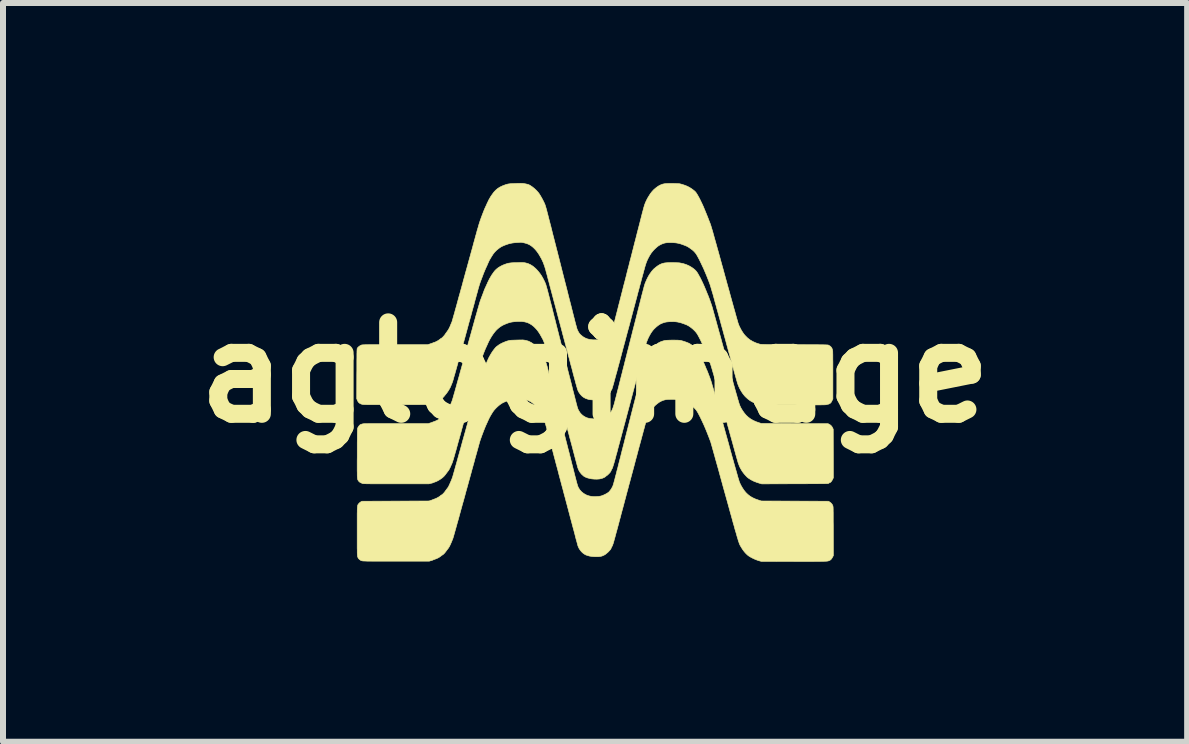
<source format=kicad_pcb>
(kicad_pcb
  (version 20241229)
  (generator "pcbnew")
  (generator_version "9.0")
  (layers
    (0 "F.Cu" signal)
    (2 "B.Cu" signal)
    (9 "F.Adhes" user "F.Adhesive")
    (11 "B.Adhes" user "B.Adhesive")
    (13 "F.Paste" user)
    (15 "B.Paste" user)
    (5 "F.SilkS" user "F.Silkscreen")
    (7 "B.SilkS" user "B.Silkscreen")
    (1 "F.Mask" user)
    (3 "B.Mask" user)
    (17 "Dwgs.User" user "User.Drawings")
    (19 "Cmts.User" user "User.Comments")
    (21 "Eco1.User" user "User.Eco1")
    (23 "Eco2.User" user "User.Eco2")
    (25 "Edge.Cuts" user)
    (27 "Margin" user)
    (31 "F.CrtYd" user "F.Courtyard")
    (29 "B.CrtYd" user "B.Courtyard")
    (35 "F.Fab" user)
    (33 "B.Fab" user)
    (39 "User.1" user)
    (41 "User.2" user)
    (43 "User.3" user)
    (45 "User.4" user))
  (footprint "aglogimage"
    (layer "F.Cu")
    (at 6.865 3.156)
    (property "Reference" "aglogimage" (at 0 0 0) (layer "F.SilkS") (effects (font (size 1.524 1.524) (thickness 0.3))))
    (attr through_hole)
    (fp_poly (pts (xy -1.218 -1.831) (xy -1.203 -1.831) (xy -1.19 -1.83) (xy -1.178 -1.829) (xy -1.167 -1.827) (xy -1.157 -1.825) (xy -1.116 -1.814) (xy -1.075 -1.795) (xy -1.035 -1.77) (xy -0.996 -1.737) (xy -0.976 -1.718) (xy -0.946 -1.684) (xy -0.918 -1.649) (xy -0.892 -1.611) (xy -0.868 -1.569) (xy -0.844 -1.522) (xy -0.837 -1.507) (xy -0.834 -1.5) (xy -0.831 -1.493) (xy -0.828 -1.486) (xy -0.825 -1.478) (xy -0.822 -1.47) (xy -0.818 -1.46) (xy -0.815 -1.448) (xy -0.811 -1.434) (xy -0.806 -1.418) (xy -0.801 -1.398) (xy -0.794 -1.375) (xy -0.787 -1.348) (xy -0.779 -1.317) (xy -0.77 -1.281) (xy -0.759 -1.24) (xy -0.748 -1.194) (xy -0.734 -1.142) (xy -0.719 -1.084) (xy -0.703 -1.019) (xy -0.697 -0.995) (xy -0.682 -0.935) (xy -0.666 -0.874) (xy -0.651 -0.813) (xy -0.636 -0.754) (xy -0.621 -0.696) (xy -0.607 -0.641) (xy -0.594 -0.588) (xy -0.581 -0.54) (xy -0.57 -0.495) (xy -0.56 -0.456) (xy -0.551 -0.421) (xy -0.544 -0.394) (xy -0.54 -0.379) (xy -0.531 -0.342) (xy -0.52 -0.3) (xy -0.508 -0.254) (xy -0.496 -0.205) (xy -0.484 -0.156) (xy -0.471 -0.108) (xy -0.46 -0.062) (xy -0.454 -0.039) (xy -0.434 0.04) (xy -0.415 0.113) (xy -0.398 0.179) (xy -0.383 0.239) (xy -0.37 0.293) (xy -0.357 0.341) (xy -0.346 0.384) (xy -0.336 0.422) (xy -0.328 0.456) (xy -0.32 0.485) (xy -0.314 0.51) (xy -0.308 0.532) (xy -0.303 0.55) (xy -0.299 0.566) (xy -0.295 0.579) (xy -0.292 0.589) (xy -0.289 0.598) (xy -0.287 0.605) (xy -0.284 0.61) (xy -0.282 0.615) (xy -0.281 0.619) (xy -0.279 0.623) (xy -0.277 0.627) (xy -0.274 0.631) (xy -0.274 0.632) (xy -0.252 0.668) (xy -0.225 0.699) (xy -0.193 0.725) (xy -0.191 0.726) (xy -0.166 0.741) (xy -0.142 0.753) (xy -0.116 0.761) (xy -0.088 0.767) (xy -0.055 0.771) (xy -0.031 0.773) (xy 0.005 0.774) (xy 0.039 0.773) (xy 0.07 0.771) (xy 0.097 0.767) (xy 0.118 0.762) (xy 0.134 0.756) (xy 0.138 0.753) (xy 0.146 0.748) (xy 0.155 0.745) (xy 0.166 0.741) (xy 0.181 0.733) (xy 0.198 0.723) (xy 0.214 0.711) (xy 0.228 0.7) (xy 0.235 0.694) (xy 0.249 0.679) (xy 0.26 0.664) (xy 0.271 0.648) (xy 0.281 0.632) (xy 0.29 0.612) (xy 0.299 0.59) (xy 0.307 0.564) (xy 0.317 0.533) (xy 0.327 0.496) (xy 0.338 0.453) (xy 0.339 0.448) (xy 0.35 0.407) (xy 0.362 0.36) (xy 0.375 0.308) (xy 0.39 0.251) (xy 0.405 0.19) (xy 0.421 0.127) (xy 0.437 0.063) (xy 0.454 -0.002) (xy 0.47 -0.067) (xy 0.487 -0.131) (xy 0.502 -0.193) (xy 0.517 -0.251) (xy 0.531 -0.306) (xy 0.541 -0.347) (xy 0.564 -0.435) (xy 0.584 -0.516) (xy 0.603 -0.59) (xy 0.62 -0.657) (xy 0.635 -0.717) (xy 0.649 -0.77) (xy 0.661 -0.817) (xy 0.671 -0.857) (xy 0.68 -0.891) (xy 0.687 -0.919) (xy 0.692 -0.94) (xy 0.696 -0.956) (xy 0.697 -0.958) (xy 0.7 -0.971) (xy 0.705 -0.989) (xy 0.711 -1.014) (xy 0.718 -1.043) (xy 0.727 -1.077) (xy 0.736 -1.113) (xy 0.746 -1.152) (xy 0.756 -1.193) (xy 0.766 -1.231) (xy 0.778 -1.28) (xy 0.789 -1.322) (xy 0.799 -1.359) (xy 0.807 -1.39) (xy 0.814 -1.417) (xy 0.82 -1.439) (xy 0.826 -1.458) (xy 0.831 -1.475) (xy 0.836 -1.489) (xy 0.841 -1.502) (xy 0.843 -1.506) (xy 0.865 -1.556) (xy 0.889 -1.603) (xy 0.916 -1.646) (xy 0.944 -1.685) (xy 0.972 -1.717) (xy 0.98 -1.725) (xy 1.017 -1.756) (xy 1.051 -1.781) (xy 1.085 -1.801) (xy 1.12 -1.815) (xy 1.157 -1.824) (xy 1.159 -1.824) (xy 1.174 -1.826) (xy 1.196 -1.828) (xy 1.222 -1.829) (xy 1.251 -1.83) (xy 1.282 -1.83) (xy 1.313 -1.83) (xy 1.344 -1.829) (xy 1.372 -1.828) (xy 1.396 -1.827) (xy 1.414 -1.825) (xy 1.418 -1.824) (xy 1.468 -1.814) (xy 1.518 -1.798) (xy 1.566 -1.777) (xy 1.609 -1.752) (xy 1.619 -1.745) (xy 1.644 -1.727) (xy 1.664 -1.71) (xy 1.681 -1.693) (xy 1.696 -1.674) (xy 1.711 -1.652) (xy 1.726 -1.625) (xy 1.751 -1.58) (xy 1.776 -1.53) (xy 1.8 -1.479) (xy 1.822 -1.43) (xy 1.832 -1.406) (xy 1.841 -1.384) (xy 1.852 -1.358) (xy 1.863 -1.331) (xy 1.873 -1.306) (xy 1.875 -1.303) (xy 1.895 -1.252) (xy 1.914 -1.201) (xy 1.932 -1.15) (xy 1.948 -1.102) (xy 1.961 -1.059) (xy 1.962 -1.053) (xy 1.997 -0.927) (xy 2.03 -0.808) (xy 2.061 -0.695) (xy 2.091 -0.589) (xy 2.118 -0.489) (xy 2.144 -0.396) (xy 2.169 -0.308) (xy 2.191 -0.226) (xy 2.212 -0.15) (xy 2.232 -0.079) (xy 2.25 -0.014) (xy 2.267 0.047) (xy 2.283 0.103) (xy 2.297 0.155) (xy 2.31 0.202) (xy 2.322 0.245) (xy 2.333 0.285) (xy 2.343 0.32) (xy 2.352 0.352) (xy 2.361 0.381) (xy 2.368 0.407) (xy 2.375 0.43) (xy 2.38 0.45) (xy 2.386 0.468) (xy 2.39 0.483) (xy 2.394 0.497) (xy 2.398 0.509) (xy 2.401 0.519) (xy 2.404 0.527) (xy 2.406 0.535) (xy 2.409 0.541) (xy 2.411 0.547) (xy 2.413 0.552) (xy 2.415 0.556) (xy 2.417 0.561) (xy 2.419 0.565) (xy 2.42 0.568) (xy 2.425 0.578) (xy 2.432 0.592) (xy 2.442 0.609) (xy 2.453 0.627) (xy 2.457 0.634) (xy 2.487 0.676) (xy 2.519 0.714) (xy 2.554 0.746) (xy 2.593 0.775) (xy 2.637 0.8) (xy 2.687 0.822) (xy 2.739 0.84) (xy 2.77 0.85) (xy 3.883 0.854) (xy 3.902 0.863) (xy 3.926 0.879) (xy 3.945 0.899) (xy 3.959 0.924) (xy 3.96 0.925) (xy 3.969 0.947) (xy 3.97 1.351) (xy 3.971 1.756) (xy 3.958 1.783) (xy 3.945 1.806) (xy 3.932 1.823) (xy 3.919 1.834) (xy 3.912 1.836) (xy 3.903 1.84) (xy 3.898 1.844) (xy 3.892 1.847) (xy 3.882 1.851) (xy 3.881 1.851) (xy 3.876 1.851) (xy 3.864 1.852) (xy 3.845 1.852) (xy 3.82 1.853) (xy 3.789 1.853) (xy 3.753 1.853) (xy 3.712 1.854) (xy 3.666 1.854) (xy 3.616 1.854) (xy 3.563 1.854) (xy 3.507 1.855) (xy 3.448 1.855) (xy 3.386 1.855) (xy 3.323 1.855) (xy 2.778 1.857) (xy 2.743 1.847) (xy 2.69 1.83) (xy 2.64 1.81) (xy 2.594 1.786) (xy 2.554 1.76) (xy 2.553 1.759) (xy 2.534 1.744) (xy 2.514 1.723) (xy 2.493 1.7) (xy 2.472 1.674) (xy 2.454 1.649) (xy 2.448 1.64) (xy 2.431 1.611) (xy 2.417 1.586) (xy 2.406 1.562) (xy 2.396 1.536) (xy 2.388 1.515) (xy 2.387 1.511) (xy 2.386 1.508) (xy 2.384 1.504) (xy 2.383 1.499) (xy 2.381 1.494) (xy 2.38 1.488) (xy 2.377 1.481) (xy 2.375 1.473) (xy 2.372 1.463) (xy 2.369 1.451) (xy 2.365 1.437) (xy 2.36 1.421) (xy 2.355 1.402) (xy 2.349 1.381) (xy 2.342 1.357) (xy 2.335 1.33) (xy 2.326 1.299) (xy 2.317 1.265) (xy 2.306 1.227) (xy 2.295 1.185) (xy 2.282 1.139) (xy 2.268 1.088) (xy 2.252 1.032) (xy 2.236 0.972) (xy 2.217 0.906) (xy 2.198 0.835) (xy 2.177 0.759) (xy 2.154 0.676) (xy 2.129 0.587) (xy 2.103 0.493) (xy 2.075 0.391) (xy 2.045 0.283) (xy 2.014 0.17) (xy 1.998 0.113) (xy 1.984 0.062) (xy 1.971 0.017) (xy 1.959 -0.024) (xy 1.949 -0.059) (xy 1.939 -0.092) (xy 1.93 -0.122) (xy 1.921 -0.149) (xy 1.912 -0.176) (xy 1.902 -0.201) (xy 1.893 -0.227) (xy 1.882 -0.254) (xy 1.871 -0.283) (xy 1.858 -0.314) (xy 1.851 -0.332) (xy 1.828 -0.386) (xy 1.805 -0.439) (xy 1.781 -0.49) (xy 1.758 -0.538) (xy 1.735 -0.583) (xy 1.714 -0.622) (xy 1.706 -0.636) (xy 1.686 -0.665) (xy 1.66 -0.694) (xy 1.63 -0.723) (xy 1.598 -0.749) (xy 1.565 -0.772) (xy 1.532 -0.79) (xy 1.518 -0.796) (xy 1.476 -0.812) (xy 1.438 -0.825) (xy 1.404 -0.834) (xy 1.372 -0.841) (xy 1.339 -0.845) (xy 1.305 -0.847) (xy 1.268 -0.846) (xy 1.257 -0.846) (xy 1.23 -0.845) (xy 1.208 -0.843) (xy 1.19 -0.841) (xy 1.174 -0.838) (xy 1.158 -0.834) (xy 1.122 -0.822) (xy 1.088 -0.807) (xy 1.055 -0.786) (xy 1.022 -0.76) (xy 0.988 -0.728) (xy 0.978 -0.718) (xy 0.958 -0.694) (xy 0.937 -0.665) (xy 0.916 -0.63) (xy 0.896 -0.593) (xy 0.878 -0.555) (xy 0.863 -0.516) (xy 0.858 -0.504) (xy 0.855 -0.494) (xy 0.85 -0.477) (xy 0.844 -0.454) (xy 0.836 -0.426) (xy 0.827 -0.393) (xy 0.816 -0.356) (xy 0.805 -0.316) (xy 0.794 -0.273) (xy 0.781 -0.228) (xy 0.769 -0.181) (xy 0.763 -0.161) (xy 0.728 -0.029) (xy 0.692 0.108) (xy 0.653 0.251) (xy 0.614 0.397) (xy 0.575 0.545) (xy 0.535 0.695) (xy 0.495 0.845) (xy 0.455 0.994) (xy 0.416 1.14) (xy 0.398 1.207) (xy 0.381 1.269) (xy 0.367 1.325) (xy 0.353 1.373) (xy 0.342 1.416) (xy 0.332 1.453) (xy 0.323 1.486) (xy 0.315 1.513) (xy 0.308 1.536) (xy 0.302 1.555) (xy 0.297 1.571) (xy 0.293 1.584) (xy 0.289 1.594) (xy 0.286 1.601) (xy 0.282 1.607) (xy 0.279 1.612) (xy 0.278 1.614) (xy 0.274 1.621) (xy 0.27 1.631) (xy 0.269 1.633) (xy 0.264 1.645) (xy 0.257 1.657) (xy 0.256 1.659) (xy 0.248 1.669) (xy 0.238 1.68) (xy 0.226 1.692) (xy 0.215 1.703) (xy 0.205 1.712) (xy 0.198 1.717) (xy 0.196 1.718) (xy 0.191 1.721) (xy 0.184 1.727) (xy 0.181 1.73) (xy 0.165 1.743) (xy 0.144 1.754) (xy 0.119 1.764) (xy 0.092 1.771) (xy 0.073 1.775) (xy 0.03 1.778) (xy -0.013 1.777) (xy -0.056 1.773) (xy -0.096 1.765) (xy -0.133 1.755) (xy -0.166 1.741) (xy -0.193 1.725) (xy -0.194 1.723) (xy -0.226 1.694) (xy -0.252 1.661) (xy -0.274 1.623) (xy -0.289 1.583) (xy -0.289 1.582) (xy -0.292 1.57) (xy -0.297 1.552) (xy -0.303 1.53) (xy -0.31 1.503) (xy -0.318 1.474) (xy -0.326 1.443) (xy -0.332 1.421) (xy -0.34 1.392) (xy -0.349 1.357) (xy -0.36 1.316) (xy -0.372 1.269) (xy -0.386 1.216) (xy -0.402 1.157) (xy -0.42 1.091) (xy -0.439 1.018) (xy -0.46 0.939) (xy -0.483 0.854) (xy -0.507 0.761) (xy -0.534 0.662) (xy -0.562 0.555) (xy -0.588 0.456) (xy -0.6 0.41) (xy -0.613 0.364) (xy -0.625 0.318) (xy -0.637 0.273) (xy -0.648 0.23) (xy -0.659 0.19) (xy -0.668 0.155) (xy -0.676 0.125) (xy -0.683 0.1) (xy -0.684 0.097) (xy -0.704 0.02) (xy -0.722 -0.049) (xy -0.739 -0.113) (xy -0.755 -0.17) (xy -0.768 -0.222) (xy -0.781 -0.268) (xy -0.792 -0.309) (xy -0.802 -0.345) (xy -0.811 -0.378) (xy -0.819 -0.406) (xy -0.826 -0.431) (xy -0.833 -0.453) (xy -0.839 -0.472) (xy -0.844 -0.488) (xy -0.849 -0.503) (xy -0.854 -0.516) (xy -0.859 -0.527) (xy -0.864 -0.538) (xy -0.868 -0.548) (xy -0.873 -0.558) (xy -0.879 -0.568) (xy -0.884 -0.578) (xy -0.891 -0.59) (xy -0.891 -0.59) (xy -0.914 -0.632) (xy -0.937 -0.668) (xy -0.959 -0.699) (xy -0.983 -0.727) (xy -1.008 -0.753) (xy -1.02 -0.765) (xy -1.056 -0.793) (xy -1.092 -0.815) (xy -1.131 -0.832) (xy -1.173 -0.843) (xy -1.218 -0.849) (xy -1.269 -0.85) (xy -1.276 -0.85) (xy -1.317 -0.848) (xy -1.351 -0.845) (xy -1.382 -0.841) (xy -1.409 -0.836) (xy -1.436 -0.828) (xy -1.463 -0.819) (xy -1.475 -0.814) (xy -1.509 -0.8) (xy -1.537 -0.787) (xy -1.561 -0.773) (xy -1.584 -0.758) (xy -1.607 -0.74) (xy -1.631 -0.719) (xy -1.653 -0.697) (xy -1.676 -0.669) (xy -1.7 -0.637) (xy -1.724 -0.601) (xy -1.746 -0.564) (xy -1.767 -0.525) (xy -1.782 -0.494) (xy -1.791 -0.473) (xy -1.802 -0.449) (xy -1.812 -0.427) (xy -1.817 -0.416) (xy -1.826 -0.397) (xy -1.836 -0.372) (xy -1.848 -0.343) (xy -1.86 -0.311) (xy -1.873 -0.278) (xy -1.885 -0.245) (xy -1.897 -0.213) (xy -1.907 -0.184) (xy -1.915 -0.161) (xy -1.919 -0.148) (xy -1.924 -0.128) (xy -1.932 -0.103) (xy -1.94 -0.074) (xy -1.949 -0.04) (xy -1.96 -0.004) (xy -1.97 0.035) (xy -1.981 0.075) (xy -1.989 0.103) (xy -2.021 0.22) (xy -2.052 0.331) (xy -2.08 0.435) (xy -2.107 0.533) (xy -2.132 0.624) (xy -2.155 0.709) (xy -2.177 0.788) (xy -2.197 0.862) (xy -2.216 0.93) (xy -2.233 0.993) (xy -2.249 1.051) (xy -2.264 1.104) (xy -2.278 1.153) (xy -2.29 1.197) (xy -2.301 1.237) (xy -2.311 1.274) (xy -2.32 1.306) (xy -2.329 1.336) (xy -2.336 1.362) (xy -2.343 1.385) (xy -2.348 1.405) (xy -2.354 1.423) (xy -2.358 1.439) (xy -2.362 1.452) (xy -2.366 1.463) (xy -2.369 1.473) (xy -2.372 1.482) (xy -2.374 1.489) (xy -2.376 1.495) (xy -2.378 1.501) (xy -2.38 1.506) (xy -2.382 1.511) (xy -2.382 1.511) (xy -2.398 1.547) (xy -2.411 1.577) (xy -2.423 1.601) (xy -2.433 1.62) (xy -2.441 1.633) (xy -2.445 1.638) (xy -2.455 1.651) (xy -2.465 1.664) (xy -2.469 1.669) (xy -2.492 1.701) (xy -2.514 1.727) (xy -2.536 1.748) (xy -2.541 1.753) (xy -2.566 1.771) (xy -2.593 1.789) (xy -2.619 1.804) (xy -2.643 1.816) (xy -2.661 1.823) (xy -2.675 1.828) (xy -2.686 1.832) (xy -2.692 1.835) (xy -2.692 1.835) (xy -2.698 1.837) (xy -2.708 1.841) (xy -2.723 1.845) (xy -2.733 1.847) (xy -2.769 1.856) (xy -3.313 1.856) (xy -3.388 1.856) (xy -3.455 1.856) (xy -3.516 1.856) (xy -3.57 1.856) (xy -3.619 1.856) (xy -3.662 1.856) (xy -3.699 1.856) (xy -3.732 1.856) (xy -3.76 1.855) (xy -3.785 1.855) (xy -3.805 1.855) (xy -3.822 1.854) (xy -3.836 1.854) (xy -3.847 1.853) (xy -3.856 1.853) (xy -3.863 1.852) (xy -3.868 1.852) (xy -3.872 1.851) (xy -3.876 1.85) (xy -3.877 1.849) (xy -3.902 1.839) (xy -3.924 1.826) (xy -3.94 1.81) (xy -3.947 1.8) (xy -3.949 1.795) (xy -3.952 1.79) (xy -3.954 1.786) (xy -3.955 1.781) (xy -3.957 1.774) (xy -3.958 1.767) (xy -3.959 1.758) (xy -3.96 1.746) (xy -3.961 1.732) (xy -3.962 1.715) (xy -3.962 1.694) (xy -3.962 1.669) (xy -3.963 1.64) (xy -3.963 1.606) (xy -3.963 1.567) (xy -3.963 1.522) (xy -3.963 1.47) (xy -3.962 1.413) (xy -3.962 1.349) (xy -3.962 1.282) (xy -3.962 1.222) (xy -3.962 1.169) (xy -3.961 1.122) (xy -3.961 1.081) (xy -3.961 1.046) (xy -3.96 1.016) (xy -3.96 0.991) (xy -3.959 0.971) (xy -3.959 0.955) (xy -3.958 0.943) (xy -3.957 0.935) (xy -3.957 0.93) (xy -3.956 0.929) (xy -3.95 0.916) (xy -3.941 0.902) (xy -3.931 0.888) (xy -3.92 0.877) (xy -3.912 0.87) (xy -3.903 0.867) (xy -3.89 0.862) (xy -3.879 0.859) (xy -3.876 0.858) (xy -3.872 0.857) (xy -3.868 0.856) (xy -3.862 0.855) (xy -3.855 0.855) (xy -3.846 0.854) (xy -3.835 0.854) (xy -3.821 0.853) (xy -3.804 0.853) (xy -3.784 0.853) (xy -3.76 0.852) (xy -3.732 0.852) (xy -3.699 0.852) (xy -3.662 0.852) (xy -3.619 0.852) (xy -3.571 0.852) (xy -3.517 0.852) (xy -3.456 0.852) (xy -3.389 0.852) (xy -3.317 0.852) (xy -2.777 0.852) (xy -2.743 0.841) (xy -2.728 0.836) (xy -2.714 0.831) (xy -2.705 0.827) (xy -2.702 0.826) (xy -2.695 0.823) (xy -2.683 0.819) (xy -2.669 0.814) (xy -2.669 0.814) (xy -2.657 0.809) (xy -2.642 0.802) (xy -2.625 0.794) (xy -2.609 0.785) (xy -2.594 0.776) (xy -2.583 0.768) (xy -2.576 0.763) (xy -2.575 0.762) (xy -2.571 0.758) (xy -2.563 0.752) (xy -2.551 0.744) (xy -2.55 0.743) (xy -2.537 0.734) (xy -2.527 0.725) (xy -2.52 0.717) (xy -2.514 0.708) (xy -2.505 0.696) (xy -2.497 0.687) (xy -2.488 0.677) (xy -2.482 0.669) (xy -2.48 0.665) (xy -2.478 0.661) (xy -2.472 0.653) (xy -2.464 0.641) (xy -2.458 0.633) (xy -2.448 0.62) (xy -2.441 0.61) (xy -2.436 0.602) (xy -2.435 0.6) (xy -2.434 0.595) (xy -2.43 0.586) (xy -2.424 0.573) (xy -2.422 0.569) (xy -2.414 0.552) (xy -2.406 0.534) (xy -2.4 0.518) (xy -2.4 0.518) (xy -2.394 0.503) (xy -2.387 0.487) (xy -2.384 0.478) (xy -2.381 0.471) (xy -2.377 0.458) (xy -2.371 0.439) (xy -2.364 0.415) (xy -2.356 0.387) (xy -2.347 0.354) (xy -2.336 0.318) (xy -2.326 0.28) (xy -2.314 0.24) (xy -2.312 0.231) (xy -2.302 0.195) (xy -2.29 0.151) (xy -2.276 0.103) (xy -2.261 0.05) (xy -2.246 -0.007) (xy -2.229 -0.066) (xy -2.212 -0.127) (xy -2.195 -0.189) (xy -2.178 -0.252) (xy -2.161 -0.313) (xy -2.144 -0.372) (xy -2.138 -0.392) (xy -2.114 -0.481) (xy -2.091 -0.562) (xy -2.07 -0.637) (xy -2.051 -0.705) (xy -2.034 -0.768) (xy -2.018 -0.825) (xy -2.004 -0.876) (xy -1.991 -0.923) (xy -1.979 -0.964) (xy -1.968 -1.002) (xy -1.959 -1.035) (xy -1.951 -1.064) (xy -1.943 -1.089) (xy -1.937 -1.112) (xy -1.931 -1.131) (xy -1.926 -1.148) (xy -1.922 -1.162) (xy -1.918 -1.175) (xy -1.915 -1.186) (xy -1.912 -1.195) (xy -1.909 -1.203) (xy -1.906 -1.21) (xy -1.904 -1.217) (xy -1.901 -1.224) (xy -1.899 -1.229) (xy -1.89 -1.254) (xy -1.879 -1.282) (xy -1.868 -1.311) (xy -1.859 -1.336) (xy -1.858 -1.337) (xy -1.851 -1.358) (xy -1.843 -1.379) (xy -1.835 -1.397) (xy -1.829 -1.411) (xy -1.827 -1.414) (xy -1.822 -1.425) (xy -1.815 -1.441) (xy -1.806 -1.461) (xy -1.796 -1.482) (xy -1.79 -1.497) (xy -1.758 -1.561) (xy -1.724 -1.62) (xy -1.686 -1.674) (xy -1.672 -1.692) (xy -1.647 -1.718) (xy -1.615 -1.744) (xy -1.578 -1.767) (xy -1.539 -1.787) (xy -1.506 -1.8) (xy -1.483 -1.808) (xy -1.462 -1.815) (xy -1.442 -1.82) (xy -1.422 -1.823) (xy -1.399 -1.826) (xy -1.373 -1.828) (xy -1.342 -1.829) (xy -1.322 -1.829) (xy -1.288 -1.83) (xy -1.259 -1.831) (xy -1.237 -1.831) (xy -1.218 -1.831)) (stroke (width 0.01) (type solid)) (fill yes) (layer "F.SilkS"))
    (fp_poly (pts (xy -1.189 -0.54) (xy -1.162 -0.536) (xy -1.135 -0.529) (xy -1.109 -0.521) (xy -1.096 -0.515) (xy -1.059 -0.496) (xy -1.023 -0.47) (xy -0.987 -0.439) (xy -0.954 -0.406) (xy -0.931 -0.376) (xy -0.914 -0.352) (xy -0.896 -0.323) (xy -0.877 -0.291) (xy -0.859 -0.258) (xy -0.843 -0.226) (xy -0.838 -0.217) (xy -0.833 -0.205) (xy -0.828 -0.193) (xy -0.823 -0.182) (xy -0.819 -0.17) (xy -0.815 -0.157) (xy -0.81 -0.142) (xy -0.805 -0.123) (xy -0.798 -0.1) (xy -0.791 -0.073) (xy -0.783 -0.04) (xy -0.773 -0.001) (xy -0.771 0.006) (xy -0.762 0.043) (xy -0.752 0.081) (xy -0.743 0.119) (xy -0.734 0.154) (xy -0.725 0.187) (xy -0.718 0.215) (xy -0.713 0.237) (xy -0.71 0.248) (xy -0.706 0.263) (xy -0.701 0.283) (xy -0.694 0.31) (xy -0.686 0.342) (xy -0.676 0.379) (xy -0.666 0.419) (xy -0.655 0.463) (xy -0.643 0.51) (xy -0.631 0.559) (xy -0.618 0.609) (xy -0.605 0.659) (xy -0.591 0.714) (xy -0.577 0.771) (xy -0.562 0.828) (xy -0.548 0.886) (xy -0.533 0.943) (xy -0.519 0.998) (xy -0.506 1.05) (xy -0.494 1.098) (xy -0.483 1.141) (xy -0.473 1.179) (xy -0.469 1.195) (xy -0.458 1.239) (xy -0.446 1.286) (xy -0.433 1.334) (xy -0.421 1.383) (xy -0.409 1.43) (xy -0.398 1.474) (xy -0.388 1.514) (xy -0.381 1.541) (xy -0.366 1.599) (xy -0.353 1.65) (xy -0.342 1.695) (xy -0.332 1.734) (xy -0.323 1.767) (xy -0.316 1.796) (xy -0.309 1.82) (xy -0.304 1.841) (xy -0.299 1.857) (xy -0.295 1.871) (xy -0.292 1.882) (xy -0.289 1.891) (xy -0.286 1.899) (xy -0.283 1.905) (xy -0.281 1.911) (xy -0.278 1.916) (xy -0.276 1.921) (xy -0.253 1.957) (xy -0.224 1.989) (xy -0.19 2.016) (xy -0.152 2.038) (xy -0.136 2.045) (xy -0.104 2.056) (xy -0.07 2.064) (xy -0.034 2.068) (xy 0.005 2.069) (xy 0.05 2.066) (xy 0.057 2.066) (xy 0.077 2.063) (xy 0.094 2.06) (xy 0.109 2.056) (xy 0.127 2.049) (xy 0.138 2.045) (xy 0.164 2.033) (xy 0.189 2.02) (xy 0.21 2.007) (xy 0.228 1.994) (xy 0.238 1.984) (xy 0.269 1.944) (xy 0.291 1.904) (xy 0.294 1.899) (xy 0.296 1.894) (xy 0.298 1.888) (xy 0.3 1.881) (xy 0.303 1.873) (xy 0.306 1.863) (xy 0.31 1.85) (xy 0.314 1.835) (xy 0.319 1.817) (xy 0.325 1.796) (xy 0.331 1.772) (xy 0.338 1.743) (xy 0.347 1.711) (xy 0.357 1.673) (xy 0.367 1.631) (xy 0.38 1.584) (xy 0.393 1.53) (xy 0.408 1.471) (xy 0.425 1.406) (xy 0.443 1.334) (xy 0.455 1.285) (xy 0.484 1.174) (xy 0.513 1.057) (xy 0.544 0.936) (xy 0.575 0.813) (xy 0.606 0.69) (xy 0.633 0.585) (xy 0.64 0.556) (xy 0.649 0.521) (xy 0.66 0.48) (xy 0.671 0.436) (xy 0.683 0.387) (xy 0.696 0.337) (xy 0.709 0.285) (xy 0.723 0.232) (xy 0.736 0.18) (xy 0.749 0.13) (xy 0.763 0.072) (xy 0.776 0.021) (xy 0.788 -0.024) (xy 0.798 -0.063) (xy 0.807 -0.098) (xy 0.816 -0.127) (xy 0.823 -0.153) (xy 0.83 -0.176) (xy 0.836 -0.196) (xy 0.843 -0.213) (xy 0.849 -0.229) (xy 0.855 -0.243) (xy 0.861 -0.257) (xy 0.868 -0.271) (xy 0.876 -0.285) (xy 0.884 -0.3) (xy 0.912 -0.348) (xy 0.942 -0.389) (xy 0.974 -0.425) (xy 1.01 -0.458) (xy 1.04 -0.482) (xy 1.063 -0.496) (xy 1.091 -0.51) (xy 1.122 -0.521) (xy 1.152 -0.53) (xy 1.162 -0.532) (xy 1.177 -0.534) (xy 1.199 -0.536) (xy 1.226 -0.537) (xy 1.255 -0.538) (xy 1.286 -0.539) (xy 1.318 -0.539) (xy 1.348 -0.538) (xy 1.375 -0.538) (xy 1.399 -0.536) (xy 1.417 -0.535) (xy 1.419 -0.534) (xy 1.436 -0.531) (xy 1.457 -0.525) (xy 1.481 -0.518) (xy 1.507 -0.509) (xy 1.531 -0.5) (xy 1.553 -0.491) (xy 1.567 -0.485) (xy 1.592 -0.47) (xy 1.62 -0.451) (xy 1.647 -0.429) (xy 1.669 -0.409) (xy 1.681 -0.397) (xy 1.691 -0.386) (xy 1.7 -0.374) (xy 1.71 -0.36) (xy 1.72 -0.343) (xy 1.731 -0.323) (xy 1.766 -0.257) (xy 1.799 -0.19) (xy 1.829 -0.12) (xy 1.834 -0.108) (xy 1.843 -0.087) (xy 1.851 -0.066) (xy 1.859 -0.048) (xy 1.865 -0.035) (xy 1.868 -0.028) (xy 1.875 -0.011) (xy 1.884 0.012) (xy 1.894 0.039) (xy 1.906 0.069) (xy 1.918 0.102) (xy 1.924 0.12) (xy 1.929 0.133) (xy 1.935 0.152) (xy 1.943 0.177) (xy 1.951 0.207) (xy 1.961 0.24) (xy 1.972 0.277) (xy 1.983 0.315) (xy 1.994 0.355) (xy 2.001 0.379) (xy 2.017 0.44) (xy 2.034 0.5) (xy 2.051 0.56) (xy 2.067 0.62) (xy 2.084 0.682) (xy 2.102 0.745) (xy 2.12 0.81) (xy 2.139 0.879) (xy 2.159 0.951) (xy 2.18 1.028) (xy 2.203 1.109) (xy 2.227 1.195) (xy 2.252 1.288) (xy 2.276 1.375) (xy 2.291 1.429) (xy 2.306 1.481) (xy 2.32 1.532) (xy 2.334 1.581) (xy 2.347 1.626) (xy 2.359 1.668) (xy 2.37 1.707) (xy 2.379 1.74) (xy 2.388 1.769) (xy 2.395 1.792) (xy 2.4 1.809) (xy 2.403 1.819) (xy 2.403 1.819) (xy 2.417 1.852) (xy 2.434 1.886) (xy 2.453 1.919) (xy 2.482 1.963) (xy 2.512 2) (xy 2.546 2.033) (xy 2.583 2.062) (xy 2.625 2.087) (xy 2.673 2.109) (xy 2.727 2.128) (xy 2.732 2.13) (xy 2.77 2.142) (xy 3.328 2.144) (xy 3.887 2.146) (xy 3.904 2.155) (xy 3.922 2.167) (xy 3.94 2.184) (xy 3.954 2.203) (xy 3.961 2.217) (xy 3.962 2.22) (xy 3.963 2.224) (xy 3.964 2.228) (xy 3.965 2.233) (xy 3.966 2.24) (xy 3.967 2.248) (xy 3.967 2.26) (xy 3.968 2.274) (xy 3.968 2.291) (xy 3.968 2.312) (xy 3.969 2.338) (xy 3.969 2.367) (xy 3.969 2.402) (xy 3.969 2.443) (xy 3.969 2.489) (xy 3.97 2.542) (xy 3.97 2.601) (xy 3.97 2.644) (xy 3.971 3.052) (xy 3.959 3.075) (xy 3.947 3.096) (xy 3.936 3.111) (xy 3.925 3.122) (xy 3.913 3.13) (xy 3.909 3.132) (xy 3.904 3.134) (xy 3.899 3.136) (xy 3.894 3.138) (xy 3.889 3.14) (xy 3.883 3.141) (xy 3.875 3.143) (xy 3.867 3.144) (xy 3.856 3.145) (xy 3.842 3.146) (xy 3.827 3.146) (xy 3.808 3.147) (xy 3.785 3.147) (xy 3.759 3.148) (xy 3.728 3.148) (xy 3.693 3.148) (xy 3.653 3.149) (xy 3.608 3.149) (xy 3.557 3.149) (xy 3.5 3.149) (xy 3.436 3.149) (xy 3.366 3.149) (xy 3.312 3.149) (xy 2.77 3.148) (xy 2.734 3.138) (xy 2.697 3.126) (xy 2.66 3.111) (xy 2.624 3.094) (xy 2.59 3.076) (xy 2.561 3.058) (xy 2.539 3.041) (xy 2.514 3.017) (xy 2.488 2.988) (xy 2.463 2.955) (xy 2.44 2.919) (xy 2.419 2.884) (xy 2.414 2.874) (xy 2.411 2.868) (xy 2.408 2.86) (xy 2.404 2.851) (xy 2.4 2.84) (xy 2.396 2.827) (xy 2.39 2.811) (xy 2.384 2.792) (xy 2.378 2.77) (xy 2.37 2.745) (xy 2.362 2.717) (xy 2.353 2.684) (xy 2.342 2.648) (xy 2.33 2.607) (xy 2.318 2.561) (xy 2.303 2.511) (xy 2.288 2.455) (xy 2.271 2.393) (xy 2.252 2.326) (xy 2.232 2.253) (xy 2.21 2.173) (xy 2.186 2.087) (xy 2.16 1.994) (xy 2.155 1.976) (xy 2.134 1.901) (xy 2.114 1.827) (xy 2.094 1.755) (xy 2.075 1.686) (xy 2.057 1.619) (xy 2.039 1.556) (xy 2.022 1.495) (xy 2.006 1.439) (xy 1.992 1.386) (xy 1.978 1.338) (xy 1.966 1.294) (xy 1.955 1.256) (xy 1.946 1.223) (xy 1.938 1.196) (xy 1.932 1.175) (xy 1.928 1.16) (xy 1.925 1.153) (xy 1.925 1.152) (xy 1.897 1.078) (xy 1.868 1.004) (xy 1.839 0.933) (xy 1.809 0.864) (xy 1.779 0.8) (xy 1.75 0.74) (xy 1.722 0.686) (xy 1.705 0.656) (xy 1.685 0.626) (xy 1.659 0.597) (xy 1.627 0.567) (xy 1.601 0.546) (xy 1.575 0.528) (xy 1.55 0.513) (xy 1.523 0.5) (xy 1.493 0.487) (xy 1.48 0.482) (xy 1.447 0.471) (xy 1.418 0.462) (xy 1.391 0.456) (xy 1.364 0.452) (xy 1.334 0.449) (xy 1.3 0.448) (xy 1.27 0.448) (xy 1.235 0.449) (xy 1.206 0.45) (xy 1.181 0.453) (xy 1.159 0.458) (xy 1.137 0.464) (xy 1.115 0.473) (xy 1.099 0.48) (xy 1.07 0.496) (xy 1.04 0.518) (xy 1.007 0.545) (xy 0.976 0.576) (xy 0.959 0.596) (xy 0.941 0.622) (xy 0.922 0.652) (xy 0.904 0.685) (xy 0.886 0.72) (xy 0.871 0.754) (xy 0.859 0.787) (xy 0.858 0.788) (xy 0.856 0.797) (xy 0.851 0.812) (xy 0.845 0.834) (xy 0.837 0.862) (xy 0.828 0.895) (xy 0.818 0.933) (xy 0.806 0.975) (xy 0.794 1.022) (xy 0.78 1.072) (xy 0.766 1.125) (xy 0.751 1.18) (xy 0.735 1.238) (xy 0.719 1.298) (xy 0.711 1.328) (xy 0.694 1.394) (xy 0.675 1.462) (xy 0.657 1.532) (xy 0.638 1.603) (xy 0.619 1.674) (xy 0.6 1.744) (xy 0.582 1.812) (xy 0.564 1.877) (xy 0.548 1.939) (xy 0.532 1.997) (xy 0.518 2.05) (xy 0.506 2.097) (xy 0.498 2.125) (xy 0.484 2.179) (xy 0.469 2.235) (xy 0.453 2.294) (xy 0.437 2.353) (xy 0.422 2.412) (xy 0.406 2.47) (xy 0.392 2.525) (xy 0.378 2.576) (xy 0.366 2.621) (xy 0.358 2.649) (xy 0.345 2.697) (xy 0.334 2.739) (xy 0.324 2.774) (xy 0.316 2.804) (xy 0.309 2.829) (xy 0.303 2.849) (xy 0.297 2.865) (xy 0.293 2.878) (xy 0.288 2.889) (xy 0.284 2.896) (xy 0.281 2.903) (xy 0.278 2.906) (xy 0.274 2.914) (xy 0.271 2.922) (xy 0.267 2.932) (xy 0.261 2.944) (xy 0.259 2.947) (xy 0.253 2.955) (xy 0.243 2.966) (xy 0.232 2.978) (xy 0.221 2.99) (xy 0.21 3) (xy 0.202 3.007) (xy 0.197 3.011) (xy 0.197 3.011) (xy 0.192 3.013) (xy 0.186 3.02) (xy 0.186 3.02) (xy 0.179 3.026) (xy 0.168 3.034) (xy 0.154 3.042) (xy 0.146 3.046) (xy 0.124 3.056) (xy 0.102 3.063) (xy 0.078 3.067) (xy 0.05 3.07) (xy 0.017 3.07) (xy -0.011 3.069) (xy -0.053 3.066) (xy -0.091 3.06) (xy -0.126 3.05) (xy -0.153 3.041) (xy -0.178 3.027) (xy -0.204 3.008) (xy -0.229 2.984) (xy -0.251 2.956) (xy -0.269 2.927) (xy -0.281 2.9) (xy -0.284 2.893) (xy -0.288 2.88) (xy -0.293 2.861) (xy -0.299 2.838) (xy -0.306 2.812) (xy -0.314 2.784) (xy -0.318 2.77) (xy -0.329 2.726) (xy -0.342 2.675) (xy -0.357 2.619) (xy -0.374 2.557) (xy -0.391 2.492) (xy -0.41 2.422) (xy -0.429 2.349) (xy -0.449 2.274) (xy -0.45 2.269) (xy -0.454 2.256) (xy -0.459 2.235) (xy -0.466 2.209) (xy -0.475 2.176) (xy -0.485 2.138) (xy -0.496 2.095) (xy -0.509 2.048) (xy -0.523 1.996) (xy -0.537 1.941) (xy -0.553 1.883) (xy -0.569 1.822) (xy -0.586 1.759) (xy -0.603 1.695) (xy -0.62 1.628) (xy -0.633 1.58) (xy -0.651 1.514) (xy -0.668 1.448) (xy -0.685 1.385) (xy -0.701 1.323) (xy -0.717 1.264) (xy -0.732 1.208) (xy -0.746 1.155) (xy -0.759 1.107) (xy -0.771 1.062) (xy -0.781 1.022) (xy -0.79 0.988) (xy -0.798 0.958) (xy -0.804 0.935) (xy -0.809 0.919) (xy -0.811 0.91) (xy -0.828 0.851) (xy -0.847 0.798) (xy -0.868 0.748) (xy -0.892 0.7) (xy -0.92 0.652) (xy -0.938 0.625) (xy -0.961 0.594) (xy -0.985 0.564) (xy -1.012 0.537) (xy -1.038 0.513) (xy -1.063 0.494) (xy -1.083 0.482) (xy -1.124 0.464) (xy -1.169 0.451) (xy -1.185 0.448) (xy -1.198 0.446) (xy -1.21 0.444) (xy -1.223 0.443) (xy -1.237 0.443) (xy -1.255 0.443) (xy -1.278 0.444) (xy -1.293 0.445) (xy -1.333 0.447) (xy -1.367 0.45) (xy -1.398 0.455) (xy -1.427 0.462) (xy -1.456 0.472) (xy -1.488 0.484) (xy -1.513 0.494) (xy -1.549 0.512) (xy -1.586 0.537) (xy -1.622 0.567) (xy -1.656 0.6) (xy -1.687 0.635) (xy -1.696 0.648) (xy -1.708 0.665) (xy -1.721 0.687) (xy -1.736 0.711) (xy -1.75 0.736) (xy -1.763 0.76) (xy -1.773 0.782) (xy -1.778 0.792) (xy -1.786 0.809) (xy -1.795 0.83) (xy -1.805 0.851) (xy -1.811 0.865) (xy -1.82 0.884) (xy -1.831 0.91) (xy -1.843 0.94) (xy -1.856 0.972) (xy -1.869 1.007) (xy -1.882 1.041) (xy -1.894 1.074) (xy -1.905 1.105) (xy -1.914 1.131) (xy -1.919 1.147) (xy -1.922 1.155) (xy -1.926 1.17) (xy -1.932 1.192) (xy -1.94 1.22) (xy -1.949 1.254) (xy -1.96 1.293) (xy -1.972 1.337) (xy -1.986 1.386) (xy -2.001 1.439) (xy -2.016 1.497) (xy -2.033 1.557) (xy -2.051 1.622) (xy -2.069 1.689) (xy -2.088 1.758) (xy -2.108 1.83) (xy -2.128 1.904) (xy -2.148 1.974) (xy -2.168 2.049) (xy -2.188 2.122) (xy -2.208 2.192) (xy -2.227 2.261) (xy -2.245 2.326) (xy -2.262 2.389) (xy -2.278 2.448) (xy -2.294 2.503) (xy -2.308 2.554) (xy -2.321 2.601) (xy -2.333 2.643) (xy -2.343 2.679) (xy -2.352 2.711) (xy -2.359 2.736) (xy -2.365 2.755) (xy -2.369 2.768) (xy -2.371 2.773) (xy -2.371 2.773) (xy -2.378 2.79) (xy -2.385 2.808) (xy -2.389 2.818) (xy -2.396 2.834) (xy -2.403 2.85) (xy -2.407 2.859) (xy -2.414 2.874) (xy -2.421 2.889) (xy -2.424 2.895) (xy -2.43 2.906) (xy -2.439 2.92) (xy -2.449 2.935) (xy -2.45 2.936) (xy -2.461 2.95) (xy -2.474 2.967) (xy -2.487 2.985) (xy -2.492 2.991) (xy -2.506 3.009) (xy -2.52 3.023) (xy -2.533 3.035) (xy -2.543 3.042) (xy -2.549 3.044) (xy -2.554 3.047) (xy -2.562 3.053) (xy -2.564 3.056) (xy -2.577 3.066) (xy -2.594 3.078) (xy -2.615 3.09) (xy -2.636 3.1) (xy -2.657 3.108) (xy -2.662 3.11) (xy -2.676 3.115) (xy -2.688 3.119) (xy -2.694 3.122) (xy -2.695 3.122) (xy -2.7 3.125) (xy -2.71 3.129) (xy -2.724 3.133) (xy -2.731 3.135) (xy -2.763 3.145) (xy -3.312 3.145) (xy -3.388 3.145) (xy -3.457 3.145) (xy -3.52 3.145) (xy -3.576 3.145) (xy -3.626 3.145) (xy -3.67 3.145) (xy -3.709 3.145) (xy -3.743 3.144) (xy -3.773 3.144) (xy -3.798 3.144) (xy -3.82 3.143) (xy -3.838 3.142) (xy -3.853 3.142) (xy -3.866 3.141) (xy -3.876 3.14) (xy -3.884 3.138) (xy -3.89 3.137) (xy -3.895 3.136) (xy -3.899 3.134) (xy -3.903 3.132) (xy -3.906 3.13) (xy -3.909 3.128) (xy -3.926 3.116) (xy -3.939 3.103) (xy -3.947 3.092) (xy -3.949 3.087) (xy -3.951 3.083) (xy -3.953 3.078) (xy -3.955 3.073) (xy -3.957 3.067) (xy -3.958 3.06) (xy -3.959 3.05) (xy -3.96 3.039) (xy -3.961 3.024) (xy -3.962 3.007) (xy -3.962 2.986) (xy -3.962 2.96) (xy -3.963 2.931) (xy -3.963 2.896) (xy -3.963 2.856) (xy -3.963 2.81) (xy -3.963 2.758) (xy -3.963 2.7) (xy -3.963 2.649) (xy -3.963 2.583) (xy -3.963 2.524) (xy -3.963 2.472) (xy -3.963 2.426) (xy -3.963 2.386) (xy -3.963 2.351) (xy -3.962 2.321) (xy -3.962 2.295) (xy -3.961 2.273) (xy -3.96 2.256) (xy -3.959 2.241) (xy -3.957 2.229) (xy -3.956 2.219) (xy -3.954 2.212) (xy -3.951 2.205) (xy -3.949 2.2) (xy -3.945 2.196) (xy -3.942 2.191) (xy -3.938 2.187) (xy -3.936 2.184) (xy -3.924 2.172) (xy -3.91 2.161) (xy -3.902 2.156) (xy -3.883 2.146) (xy -3.324 2.144) (xy -2.766 2.142) (xy -2.738 2.133) (xy -2.724 2.128) (xy -2.711 2.123) (xy -2.703 2.12) (xy -2.702 2.119) (xy -2.695 2.116) (xy -2.683 2.112) (xy -2.67 2.107) (xy -2.669 2.107) (xy -2.65 2.099) (xy -2.629 2.089) (xy -2.608 2.077) (xy -2.589 2.065) (xy -2.575 2.054) (xy -2.568 2.047) (xy -2.562 2.043) (xy -2.561 2.043) (xy -2.554 2.04) (xy -2.543 2.032) (xy -2.53 2.019) (xy -2.515 2.003) (xy -2.5 1.984) (xy -2.486 1.964) (xy -2.48 1.956) (xy -2.471 1.944) (xy -2.461 1.931) (xy -2.46 1.93) (xy -2.451 1.917) (xy -2.442 1.904) (xy -2.437 1.894) (xy -2.437 1.894) (xy -2.433 1.884) (xy -2.427 1.871) (xy -2.419 1.855) (xy -2.417 1.849) (xy -2.403 1.818) (xy -2.39 1.787) (xy -2.379 1.758) (xy -2.378 1.756) (xy -2.376 1.75) (xy -2.372 1.738) (xy -2.367 1.72) (xy -2.36 1.696) (xy -2.352 1.667) (xy -2.342 1.633) (xy -2.332 1.595) (xy -2.32 1.553) (xy -2.307 1.508) (xy -2.294 1.46) (xy -2.28 1.41) (xy -2.27 1.373) (xy -2.238 1.26) (xy -2.209 1.153) (xy -2.181 1.054) (xy -2.155 0.961) (xy -2.131 0.874) (xy -2.109 0.793) (xy -2.088 0.719) (xy -2.068 0.649) (xy -2.05 0.585) (xy -2.034 0.527) (xy -2.019 0.473) (xy -2.005 0.423) (xy -1.993 0.379) (xy -1.981 0.338) (xy -1.971 0.301) (xy -1.962 0.268) (xy -1.953 0.239) (xy -1.946 0.213) (xy -1.939 0.19) (xy -1.933 0.17) (xy -1.928 0.152) (xy -1.924 0.137) (xy -1.92 0.124) (xy -1.916 0.112) (xy -1.913 0.103) (xy -1.91 0.095) (xy -1.908 0.088) (xy -1.906 0.082) (xy -1.904 0.076) (xy -1.902 0.072) (xy -1.902 0.071) (xy -1.894 0.051) (xy -1.885 0.026) (xy -1.875 -0.001) (xy -1.865 -0.027) (xy -1.86 -0.039) (xy -1.852 -0.061) (xy -1.843 -0.084) (xy -1.835 -0.104) (xy -1.828 -0.121) (xy -1.824 -0.128) (xy -1.817 -0.142) (xy -1.809 -0.16) (xy -1.799 -0.181) (xy -1.79 -0.202) (xy -1.789 -0.204) (xy -1.772 -0.242) (xy -1.751 -0.28) (xy -1.729 -0.318) (xy -1.706 -0.353) (xy -1.683 -0.384) (xy -1.661 -0.411) (xy -1.654 -0.419) (xy -1.644 -0.428) (xy -1.63 -0.439) (xy -1.613 -0.451) (xy -1.6 -0.461) (xy -1.573 -0.477) (xy -1.543 -0.492) (xy -1.51 -0.506) (xy -1.478 -0.519) (xy -1.447 -0.528) (xy -1.42 -0.534) (xy -1.419 -0.534) (xy -1.405 -0.536) (xy -1.385 -0.537) (xy -1.359 -0.538) (xy -1.329 -0.539) (xy -1.296 -0.54) (xy -1.261 -0.541) (xy -1.225 -0.541) (xy -1.212 -0.542) (xy -1.189 -0.54)) (stroke (width 0.01) (type solid)) (fill yes) (layer "F.SilkS"))
    (fp_poly (pts (xy -1.223 -3.15) (xy -1.21 -3.15) (xy -1.198 -3.149) (xy -1.186 -3.147) (xy -1.174 -3.145) (xy -1.171 -3.145) (xy -1.147 -3.14) (xy -1.129 -3.136) (xy -1.115 -3.132) (xy -1.103 -3.128) (xy -1.092 -3.122) (xy -1.087 -3.12) (xy -1.049 -3.095) (xy -1.012 -3.066) (xy -0.978 -3.034) (xy -0.947 -3) (xy -0.927 -2.973) (xy -0.907 -2.94) (xy -0.885 -2.902) (xy -0.863 -2.86) (xy -0.846 -2.825) (xy -0.843 -2.819) (xy -0.841 -2.813) (xy -0.838 -2.807) (xy -0.836 -2.802) (xy -0.833 -2.795) (xy -0.831 -2.788) (xy -0.828 -2.779) (xy -0.825 -2.769) (xy -0.821 -2.757) (xy -0.817 -2.742) (xy -0.812 -2.725) (xy -0.806 -2.704) (xy -0.8 -2.68) (xy -0.793 -2.652) (xy -0.784 -2.619) (xy -0.775 -2.582) (xy -0.764 -2.54) (xy -0.752 -2.493) (xy -0.738 -2.44) (xy -0.723 -2.38) (xy -0.707 -2.314) (xy -0.688 -2.242) (xy -0.688 -2.241) (xy -0.681 -2.214) (xy -0.673 -2.182) (xy -0.663 -2.143) (xy -0.652 -2.101) (xy -0.641 -2.055) (xy -0.628 -2.008) (xy -0.616 -1.959) (xy -0.603 -1.909) (xy -0.591 -1.861) (xy -0.586 -1.841) (xy -0.547 -1.687) (xy -0.509 -1.537) (xy -0.472 -1.394) (xy -0.438 -1.257) (xy -0.404 -1.126) (xy -0.373 -1.002) (xy -0.357 -0.939) (xy -0.347 -0.901) (xy -0.338 -0.865) (xy -0.329 -0.83) (xy -0.321 -0.799) (xy -0.313 -0.772) (xy -0.307 -0.749) (xy -0.302 -0.732) (xy -0.299 -0.72) (xy -0.297 -0.717) (xy -0.28 -0.681) (xy -0.261 -0.65) (xy -0.238 -0.625) (xy -0.236 -0.624) (xy -0.202 -0.596) (xy -0.164 -0.574) (xy -0.124 -0.558) (xy -0.08 -0.548) (xy -0.032 -0.543) (xy 0.021 -0.543) (xy 0.067 -0.547) (xy 0.09 -0.55) (xy 0.108 -0.554) (xy 0.122 -0.559) (xy 0.128 -0.562) (xy 0.139 -0.567) (xy 0.148 -0.571) (xy 0.151 -0.572) (xy 0.156 -0.574) (xy 0.165 -0.579) (xy 0.177 -0.586) (xy 0.19 -0.595) (xy 0.203 -0.603) (xy 0.213 -0.611) (xy 0.219 -0.616) (xy 0.22 -0.617) (xy 0.223 -0.621) (xy 0.229 -0.63) (xy 0.238 -0.64) (xy 0.239 -0.641) (xy 0.249 -0.654) (xy 0.26 -0.67) (xy 0.271 -0.689) (xy 0.278 -0.702) (xy 0.285 -0.717) (xy 0.292 -0.732) (xy 0.298 -0.748) (xy 0.303 -0.766) (xy 0.31 -0.789) (xy 0.317 -0.817) (xy 0.317 -0.818) (xy 0.323 -0.842) (xy 0.331 -0.871) (xy 0.339 -0.904) (xy 0.348 -0.939) (xy 0.357 -0.974) (xy 0.366 -1.008) (xy 0.368 -1.016) (xy 0.377 -1.051) (xy 0.387 -1.091) (xy 0.398 -1.135) (xy 0.41 -1.179) (xy 0.42 -1.221) (xy 0.43 -1.26) (xy 0.433 -1.27) (xy 0.443 -1.311) (xy 0.455 -1.356) (xy 0.467 -1.405) (xy 0.48 -1.456) (xy 0.494 -1.508) (xy 0.508 -1.562) (xy 0.522 -1.617) (xy 0.535 -1.671) (xy 0.549 -1.725) (xy 0.563 -1.777) (xy 0.575 -1.827) (xy 0.587 -1.874) (xy 0.599 -1.918) (xy 0.609 -1.958) (xy 0.618 -1.993) (xy 0.625 -2.023) (xy 0.632 -2.047) (xy 0.635 -2.06) (xy 0.64 -2.079) (xy 0.646 -2.104) (xy 0.654 -2.134) (xy 0.663 -2.17) (xy 0.673 -2.208) (xy 0.684 -2.25) (xy 0.695 -2.294) (xy 0.706 -2.339) (xy 0.718 -2.383) (xy 0.721 -2.396) (xy 0.737 -2.457) (xy 0.751 -2.512) (xy 0.763 -2.56) (xy 0.774 -2.602) (xy 0.783 -2.639) (xy 0.791 -2.67) (xy 0.799 -2.698) (xy 0.805 -2.721) (xy 0.81 -2.741) (xy 0.815 -2.757) (xy 0.819 -2.771) (xy 0.822 -2.783) (xy 0.826 -2.793) (xy 0.829 -2.802) (xy 0.832 -2.81) (xy 0.835 -2.818) (xy 0.838 -2.825) (xy 0.84 -2.831) (xy 0.856 -2.866) (xy 0.875 -2.903) (xy 0.897 -2.939) (xy 0.919 -2.974) (xy 0.942 -3.005) (xy 0.965 -3.031) (xy 0.979 -3.046) (xy 1.017 -3.078) (xy 1.053 -3.104) (xy 1.088 -3.123) (xy 1.124 -3.137) (xy 1.15 -3.143) (xy 1.164 -3.145) (xy 1.184 -3.147) (xy 1.21 -3.148) (xy 1.238 -3.149) (xy 1.268 -3.149) (xy 1.299 -3.149) (xy 1.33 -3.148) (xy 1.358 -3.147) (xy 1.382 -3.146) (xy 1.402 -3.145) (xy 1.41 -3.144) (xy 1.435 -3.138) (xy 1.465 -3.129) (xy 1.498 -3.118) (xy 1.533 -3.104) (xy 1.547 -3.097) (xy 1.567 -3.087) (xy 1.589 -3.074) (xy 1.613 -3.058) (xy 1.635 -3.042) (xy 1.655 -3.026) (xy 1.67 -3.012) (xy 1.671 -3.011) (xy 1.682 -2.998) (xy 1.695 -2.978) (xy 1.71 -2.954) (xy 1.726 -2.925) (xy 1.743 -2.894) (xy 1.76 -2.859) (xy 1.777 -2.824) (xy 1.794 -2.788) (xy 1.81 -2.752) (xy 1.819 -2.729) (xy 1.828 -2.708) (xy 1.837 -2.686) (xy 1.845 -2.666) (xy 1.851 -2.652) (xy 1.856 -2.64) (xy 1.863 -2.622) (xy 1.872 -2.6) (xy 1.882 -2.575) (xy 1.892 -2.548) (xy 1.901 -2.525) (xy 1.905 -2.516) (xy 1.908 -2.507) (xy 1.911 -2.5) (xy 1.914 -2.493) (xy 1.916 -2.487) (xy 1.919 -2.48) (xy 1.921 -2.473) (xy 1.924 -2.465) (xy 1.927 -2.457) (xy 1.93 -2.447) (xy 1.933 -2.437) (xy 1.937 -2.424) (xy 1.941 -2.41) (xy 1.946 -2.394) (xy 1.952 -2.375) (xy 1.958 -2.354) (xy 1.965 -2.33) (xy 1.972 -2.303) (xy 1.981 -2.272) (xy 1.99 -2.238) (xy 2.001 -2.2) (xy 2.013 -2.158) (xy 2.026 -2.111) (xy 2.04 -2.06) (xy 2.056 -2.004) (xy 2.073 -1.942) (xy 2.091 -1.876) (xy 2.111 -1.803) (xy 2.133 -1.725) (xy 2.156 -1.64) (xy 2.181 -1.549) (xy 2.208 -1.451) (xy 2.236 -1.352) (xy 2.252 -1.292) (xy 2.268 -1.234) (xy 2.284 -1.177) (xy 2.299 -1.123) (xy 2.313 -1.072) (xy 2.327 -1.024) (xy 2.339 -0.98) (xy 2.35 -0.94) (xy 2.36 -0.905) (xy 2.369 -0.874) (xy 2.376 -0.85) (xy 2.381 -0.831) (xy 2.385 -0.82) (xy 2.386 -0.816) (xy 2.399 -0.781) (xy 2.417 -0.744) (xy 2.437 -0.706) (xy 2.46 -0.669) (xy 2.483 -0.636) (xy 2.504 -0.612) (xy 2.542 -0.574) (xy 2.585 -0.541) (xy 2.632 -0.514) (xy 2.684 -0.491) (xy 2.74 -0.473) (xy 2.744 -0.472) (xy 2.748 -0.471) (xy 2.753 -0.47) (xy 2.758 -0.469) (xy 2.764 -0.469) (xy 2.772 -0.468) (xy 2.781 -0.468) (xy 2.793 -0.467) (xy 2.808 -0.467) (xy 2.825 -0.466) (xy 2.846 -0.466) (xy 2.87 -0.465) (xy 2.899 -0.465) (xy 2.932 -0.465) (xy 2.97 -0.465) (xy 3.013 -0.464) (xy 3.061 -0.464) (xy 3.116 -0.464) (xy 3.177 -0.464) (xy 3.244 -0.464) (xy 3.319 -0.463) (xy 3.324 -0.463) (xy 3.4 -0.463) (xy 3.468 -0.463) (xy 3.529 -0.462) (xy 3.584 -0.462) (xy 3.633 -0.462) (xy 3.677 -0.462) (xy 3.715 -0.462) (xy 3.748 -0.461) (xy 3.776 -0.461) (xy 3.8 -0.461) (xy 3.821 -0.46) (xy 3.838 -0.46) (xy 3.852 -0.459) (xy 3.863 -0.459) (xy 3.871 -0.458) (xy 3.878 -0.458) (xy 3.883 -0.457) (xy 3.887 -0.456) (xy 3.889 -0.456) (xy 3.891 -0.455) (xy 3.892 -0.454) (xy 3.917 -0.439) (xy 3.935 -0.422) (xy 3.948 -0.402) (xy 3.956 -0.378) (xy 3.959 -0.364) (xy 3.96 -0.357) (xy 3.961 -0.343) (xy 3.961 -0.322) (xy 3.962 -0.295) (xy 3.962 -0.261) (xy 3.962 -0.22) (xy 3.963 -0.172) (xy 3.963 -0.117) (xy 3.963 -0.054) (xy 3.963 0.015) (xy 3.963 0.049) (xy 3.963 0.441) (xy 3.95 0.468) (xy 3.943 0.482) (xy 3.936 0.495) (xy 3.929 0.504) (xy 3.929 0.505) (xy 3.918 0.514) (xy 3.905 0.522) (xy 3.891 0.528) (xy 3.88 0.53) (xy 3.87 0.532) (xy 3.859 0.535) (xy 3.857 0.536) (xy 3.855 0.537) (xy 3.851 0.537) (xy 3.845 0.538) (xy 3.837 0.539) (xy 3.827 0.539) (xy 3.813 0.54) (xy 3.797 0.54) (xy 3.777 0.54) (xy 3.753 0.541) (xy 3.724 0.541) (xy 3.692 0.541) (xy 3.654 0.541) (xy 3.61 0.541) (xy 3.561 0.541) (xy 3.506 0.541) (xy 3.445 0.541) (xy 3.376 0.541) (xy 3.307 0.541) (xy 2.77 0.541) (xy 2.729 0.531) (xy 2.676 0.515) (xy 2.628 0.495) (xy 2.585 0.471) (xy 2.546 0.442) (xy 2.508 0.407) (xy 2.491 0.389) (xy 2.463 0.354) (xy 2.436 0.313) (xy 2.411 0.269) (xy 2.39 0.223) (xy 2.374 0.181) (xy 2.371 0.171) (xy 2.367 0.155) (xy 2.36 0.132) (xy 2.352 0.103) (xy 2.342 0.069) (xy 2.331 0.03) (xy 2.319 -0.013) (xy 2.306 -0.06) (xy 2.292 -0.111) (xy 2.277 -0.165) (xy 2.261 -0.222) (xy 2.245 -0.281) (xy 2.228 -0.341) (xy 2.215 -0.388) (xy 2.197 -0.455) (xy 2.179 -0.522) (xy 2.16 -0.591) (xy 2.141 -0.659) (xy 2.123 -0.727) (xy 2.104 -0.794) (xy 2.087 -0.858) (xy 2.07 -0.92) (xy 2.054 -0.978) (xy 2.039 -1.032) (xy 2.025 -1.081) (xy 2.014 -1.124) (xy 2.003 -1.161) (xy 2.002 -1.165) (xy 1.988 -1.218) (xy 1.975 -1.265) (xy 1.964 -1.306) (xy 1.953 -1.341) (xy 1.944 -1.372) (xy 1.936 -1.399) (xy 1.929 -1.423) (xy 1.922 -1.445) (xy 1.916 -1.465) (xy 1.909 -1.484) (xy 1.902 -1.502) (xy 1.899 -1.511) (xy 1.855 -1.623) (xy 1.809 -1.731) (xy 1.761 -1.832) (xy 1.759 -1.836) (xy 1.74 -1.875) (xy 1.722 -1.909) (xy 1.707 -1.937) (xy 1.693 -1.961) (xy 1.68 -1.981) (xy 1.666 -1.998) (xy 1.652 -2.014) (xy 1.637 -2.028) (xy 1.62 -2.043) (xy 1.6 -2.057) (xy 1.587 -2.067) (xy 1.565 -2.082) (xy 1.546 -2.094) (xy 1.527 -2.104) (xy 1.505 -2.113) (xy 1.493 -2.118) (xy 1.453 -2.133) (xy 1.417 -2.145) (xy 1.383 -2.153) (xy 1.35 -2.159) (xy 1.314 -2.162) (xy 1.274 -2.164) (xy 1.255 -2.164) (xy 1.223 -2.164) (xy 1.197 -2.162) (xy 1.174 -2.159) (xy 1.152 -2.154) (xy 1.131 -2.147) (xy 1.106 -2.137) (xy 1.096 -2.132) (xy 1.079 -2.123) (xy 1.062 -2.113) (xy 1.045 -2.101) (xy 1.027 -2.086) (xy 1.006 -2.067) (xy 0.985 -2.047) (xy 0.96 -2.019) (xy 0.934 -1.986) (xy 0.91 -1.948) (xy 0.887 -1.906) (xy 0.867 -1.864) (xy 0.85 -1.821) (xy 0.849 -1.817) (xy 0.847 -1.81) (xy 0.845 -1.804) (xy 0.842 -1.797) (xy 0.84 -1.79) (xy 0.838 -1.782) (xy 0.835 -1.773) (xy 0.832 -1.762) (xy 0.828 -1.75) (xy 0.824 -1.735) (xy 0.82 -1.718) (xy 0.814 -1.698) (xy 0.808 -1.675) (xy 0.801 -1.648) (xy 0.792 -1.618) (xy 0.783 -1.583) (xy 0.772 -1.544) (xy 0.761 -1.5) (xy 0.747 -1.45) (xy 0.733 -1.396) (xy 0.716 -1.335) (xy 0.699 -1.268) (xy 0.679 -1.194) (xy 0.66 -1.122) (xy 0.628 -1.003) (xy 0.598 -0.89) (xy 0.57 -0.784) (xy 0.543 -0.685) (xy 0.518 -0.592) (xy 0.495 -0.505) (xy 0.473 -0.424) (xy 0.453 -0.349) (xy 0.435 -0.28) (xy 0.418 -0.215) (xy 0.402 -0.156) (xy 0.387 -0.102) (xy 0.374 -0.052) (xy 0.362 -0.007) (xy 0.35 0.034) (xy 0.34 0.071) (xy 0.331 0.104) (xy 0.323 0.134) (xy 0.316 0.16) (xy 0.31 0.183) (xy 0.304 0.203) (xy 0.299 0.22) (xy 0.295 0.235) (xy 0.291 0.248) (xy 0.288 0.258) (xy 0.285 0.267) (xy 0.283 0.274) (xy 0.281 0.279) (xy 0.279 0.283) (xy 0.278 0.286) (xy 0.277 0.288) (xy 0.276 0.29) (xy 0.275 0.291) (xy 0.273 0.292) (xy 0.272 0.293) (xy 0.271 0.295) (xy 0.271 0.295) (xy 0.267 0.302) (xy 0.262 0.313) (xy 0.262 0.314) (xy 0.255 0.329) (xy 0.243 0.346) (xy 0.228 0.364) (xy 0.211 0.382) (xy 0.192 0.399) (xy 0.175 0.412) (xy 0.159 0.421) (xy 0.151 0.424) (xy 0.141 0.428) (xy 0.13 0.434) (xy 0.128 0.436) (xy 0.116 0.443) (xy 0.104 0.448) (xy 0.089 0.452) (xy 0.072 0.455) (xy 0.051 0.457) (xy 0.024 0.457) (xy 0 0.458) (xy -0.032 0.457) (xy -0.058 0.456) (xy -0.08 0.454) (xy -0.099 0.451) (xy -0.119 0.446) (xy -0.139 0.439) (xy -0.157 0.433) (xy -0.19 0.415) (xy -0.221 0.391) (xy -0.249 0.36) (xy -0.274 0.323) (xy -0.277 0.318) (xy -0.279 0.313) (xy -0.282 0.307) (xy -0.285 0.3) (xy -0.288 0.291) (xy -0.292 0.281) (xy -0.296 0.268) (xy -0.3 0.252) (xy -0.306 0.233) (xy -0.312 0.21) (xy -0.32 0.183) (xy -0.328 0.151) (xy -0.338 0.114) (xy -0.35 0.071) (xy -0.363 0.023) (xy -0.377 -0.032) (xy -0.388 -0.075) (xy -0.403 -0.128) (xy -0.417 -0.181) (xy -0.43 -0.232) (xy -0.444 -0.282) (xy -0.456 -0.33) (xy -0.468 -0.374) (xy -0.479 -0.415) (xy -0.488 -0.451) (xy -0.497 -0.482) (xy -0.503 -0.508) (xy -0.509 -0.527) (xy -0.51 -0.533) (xy -0.519 -0.565) (xy -0.528 -0.602) (xy -0.539 -0.64) (xy -0.548 -0.677) (xy -0.557 -0.71) (xy -0.558 -0.714) (xy -0.568 -0.752) (xy -0.58 -0.797) (xy -0.593 -0.846) (xy -0.608 -0.9) (xy -0.623 -0.958) (xy -0.639 -1.018) (xy -0.655 -1.08) (xy -0.672 -1.143) (xy -0.689 -1.206) (xy -0.705 -1.267) (xy -0.721 -1.327) (xy -0.736 -1.383) (xy -0.749 -1.432) (xy -0.76 -1.473) (xy -0.77 -1.513) (xy -0.781 -1.552) (xy -0.79 -1.588) (xy -0.799 -1.622) (xy -0.807 -1.651) (xy -0.814 -1.676) (xy -0.819 -1.695) (xy -0.82 -1.701) (xy -0.841 -1.77) (xy -0.864 -1.833) (xy -0.892 -1.893) (xy -0.925 -1.951) (xy -0.939 -1.974) (xy -0.967 -2.014) (xy -0.995 -2.048) (xy -1.024 -2.077) (xy -1.034 -2.086) (xy -1.056 -2.104) (xy -1.076 -2.118) (xy -1.095 -2.129) (xy -1.116 -2.139) (xy -1.129 -2.144) (xy -1.143 -2.149) (xy -1.161 -2.154) (xy -1.18 -2.159) (xy -1.199 -2.163) (xy -1.216 -2.166) (xy -1.23 -2.168) (xy -1.239 -2.169) (xy -1.241 -2.169) (xy -1.246 -2.168) (xy -1.258 -2.167) (xy -1.273 -2.166) (xy -1.291 -2.165) (xy -1.294 -2.165) (xy -1.335 -2.162) (xy -1.37 -2.158) (xy -1.403 -2.152) (xy -1.436 -2.144) (xy -1.47 -2.133) (xy -1.506 -2.12) (xy -1.529 -2.11) (xy -1.547 -2.102) (xy -1.563 -2.094) (xy -1.579 -2.084) (xy -1.597 -2.071) (xy -1.603 -2.067) (xy -1.641 -2.036) (xy -1.673 -2.004) (xy -1.701 -1.968) (xy -1.726 -1.928) (xy -1.728 -1.926) (xy -1.736 -1.911) (xy -1.745 -1.896) (xy -1.752 -1.885) (xy -1.752 -1.884) (xy -1.758 -1.875) (xy -1.765 -1.861) (xy -1.773 -1.843) (xy -1.78 -1.828) (xy -1.789 -1.808) (xy -1.799 -1.784) (xy -1.81 -1.76) (xy -1.819 -1.741) (xy -1.828 -1.721) (xy -1.838 -1.697) (xy -1.849 -1.671) (xy -1.86 -1.644) (xy -1.867 -1.625) (xy -1.876 -1.6) (xy -1.886 -1.575) (xy -1.895 -1.551) (xy -1.903 -1.53) (xy -1.908 -1.517) (xy -1.914 -1.5) (xy -1.921 -1.479) (xy -1.929 -1.454) (xy -1.937 -1.427) (xy -1.944 -1.403) (xy -1.947 -1.392) (xy -1.952 -1.374) (xy -1.958 -1.349) (xy -1.967 -1.319) (xy -1.977 -1.283) (xy -1.988 -1.242) (xy -2.001 -1.196) (xy -2.014 -1.145) (xy -2.029 -1.09) (xy -2.046 -1.031) (xy -2.062 -0.969) (xy -2.08 -0.904) (xy -2.099 -0.837) (xy -2.118 -0.767) (xy -2.137 -0.696) (xy -2.157 -0.623) (xy -2.166 -0.59) (xy -2.191 -0.499) (xy -2.214 -0.415) (xy -2.236 -0.337) (xy -2.255 -0.267) (xy -2.273 -0.202) (xy -2.289 -0.143) (xy -2.304 -0.09) (xy -2.317 -0.043) (xy -2.329 -0.001) (xy -2.339 0.036) (xy -2.349 0.068) (xy -2.357 0.096) (xy -2.363 0.119) (xy -2.369 0.139) (xy -2.374 0.154) (xy -2.378 0.166) (xy -2.381 0.174) (xy -2.383 0.179) (xy -2.39 0.194) (xy -2.395 0.208) (xy -2.399 0.218) (xy -2.4 0.22) (xy -2.405 0.232) (xy -2.412 0.248) (xy -2.422 0.267) (xy -2.433 0.286) (xy -2.444 0.304) (xy -2.454 0.319) (xy -2.458 0.325) (xy -2.468 0.339) (xy -2.481 0.356) (xy -2.495 0.373) (xy -2.502 0.382) (xy -2.514 0.397) (xy -2.526 0.41) (xy -2.536 0.421) (xy -2.542 0.425) (xy -2.554 0.434) (xy -2.565 0.442) (xy -2.568 0.445) (xy -2.582 0.456) (xy -2.602 0.468) (xy -2.623 0.48) (xy -2.645 0.491) (xy -2.664 0.499) (xy -2.671 0.501) (xy -2.685 0.505) (xy -2.696 0.51) (xy -2.703 0.513) (xy -2.704 0.513) (xy -2.71 0.516) (xy -2.721 0.52) (xy -2.734 0.525) (xy -2.737 0.526) (xy -2.766 0.536) (xy -3.304 0.537) (xy -3.384 0.537) (xy -3.456 0.537) (xy -3.522 0.537) (xy -3.581 0.537) (xy -3.633 0.537) (xy -3.68 0.537) (xy -3.721 0.537) (xy -3.756 0.537) (xy -3.786 0.537) (xy -3.81 0.536) (xy -3.831 0.536) (xy -3.846 0.535) (xy -3.858 0.535) (xy -3.866 0.534) (xy -3.868 0.534) (xy -3.898 0.526) (xy -3.922 0.514) (xy -3.942 0.497) (xy -3.956 0.474) (xy -3.962 0.46) (xy -3.971 0.438) (xy -3.97 0.028) (xy -3.969 -0.04) (xy -3.969 -0.101) (xy -3.969 -0.155) (xy -3.969 -0.203) (xy -3.968 -0.244) (xy -3.968 -0.28) (xy -3.968 -0.31) (xy -3.967 -0.335) (xy -3.967 -0.355) (xy -3.966 -0.371) (xy -3.965 -0.383) (xy -3.965 -0.391) (xy -3.964 -0.396) (xy -3.964 -0.397) (xy -3.957 -0.41) (xy -3.944 -0.424) (xy -3.928 -0.437) (xy -3.91 -0.449) (xy -3.894 -0.456) (xy -3.891 -0.457) (xy -3.888 -0.458) (xy -3.884 -0.458) (xy -3.879 -0.459) (xy -3.873 -0.46) (xy -3.865 -0.46) (xy -3.855 -0.461) (xy -3.843 -0.461) (xy -3.828 -0.462) (xy -3.81 -0.462) (xy -3.788 -0.462) (xy -3.762 -0.463) (xy -3.732 -0.463) (xy -3.698 -0.463) (xy -3.658 -0.463) (xy -3.613 -0.463) (xy -3.562 -0.463) (xy -3.505 -0.463) (xy -3.442 -0.463) (xy -3.371 -0.463) (xy -3.331 -0.463) (xy -2.789 -0.463) (xy -2.753 -0.474) (xy -2.737 -0.48) (xy -2.723 -0.484) (xy -2.713 -0.488) (xy -2.71 -0.489) (xy -2.703 -0.492) (xy -2.691 -0.497) (xy -2.677 -0.502) (xy -2.675 -0.502) (xy -2.659 -0.508) (xy -2.641 -0.517) (xy -2.622 -0.527) (xy -2.605 -0.538) (xy -2.59 -0.548) (xy -2.58 -0.556) (xy -2.579 -0.557) (xy -2.571 -0.564) (xy -2.56 -0.57) (xy -2.56 -0.57) (xy -2.549 -0.577) (xy -2.536 -0.59) (xy -2.521 -0.606) (xy -2.506 -0.624) (xy -2.493 -0.642) (xy -2.49 -0.648) (xy -2.484 -0.656) (xy -2.475 -0.668) (xy -2.465 -0.681) (xy -2.464 -0.684) (xy -2.448 -0.706) (xy -2.432 -0.734) (xy -2.417 -0.765) (xy -2.404 -0.797) (xy -2.404 -0.797) (xy -2.398 -0.812) (xy -2.392 -0.826) (xy -2.387 -0.836) (xy -2.385 -0.842) (xy -2.381 -0.854) (xy -2.376 -0.872) (xy -2.369 -0.896) (xy -2.361 -0.925) (xy -2.351 -0.959) (xy -2.34 -0.997) (xy -2.329 -1.039) (xy -2.316 -1.084) (xy -2.303 -1.131) (xy -2.29 -1.18) (xy -2.283 -1.205) (xy -2.267 -1.264) (xy -2.249 -1.327) (xy -2.231 -1.393) (xy -2.212 -1.461) (xy -2.194 -1.53) (xy -2.175 -1.598) (xy -2.157 -1.665) (xy -2.139 -1.728) (xy -2.123 -1.787) (xy -2.108 -1.841) (xy -2.103 -1.86) (xy -2.089 -1.91) (xy -2.075 -1.961) (xy -2.061 -2.012) (xy -2.047 -2.062) (xy -2.034 -2.11) (xy -2.022 -2.156) (xy -2.01 -2.198) (xy -2 -2.235) (xy -1.991 -2.268) (xy -1.984 -2.294) (xy -1.983 -2.295) (xy -1.974 -2.329) (xy -1.965 -2.363) (xy -1.955 -2.396) (xy -1.946 -2.426) (xy -1.939 -2.453) (xy -1.932 -2.475) (xy -1.928 -2.488) (xy -1.92 -2.513) (xy -1.91 -2.542) (xy -1.899 -2.573) (xy -1.887 -2.605) (xy -1.875 -2.637) (xy -1.864 -2.665) (xy -1.854 -2.691) (xy -1.846 -2.71) (xy -1.845 -2.714) (xy -1.827 -2.754) (xy -1.811 -2.788) (xy -1.798 -2.818) (xy -1.786 -2.842) (xy -1.776 -2.864) (xy -1.766 -2.883) (xy -1.756 -2.9) (xy -1.747 -2.916) (xy -1.737 -2.933) (xy -1.725 -2.95) (xy -1.716 -2.963) (xy -1.687 -3.003) (xy -1.656 -3.036) (xy -1.622 -3.065) (xy -1.584 -3.089) (xy -1.54 -3.11) (xy -1.503 -3.124) (xy -1.486 -3.13) (xy -1.471 -3.134) (xy -1.457 -3.138) (xy -1.442 -3.141) (xy -1.426 -3.143) (xy -1.408 -3.145) (xy -1.386 -3.146) (xy -1.359 -3.147) (xy -1.325 -3.148) (xy -1.317 -3.149) (xy -1.285 -3.15) (xy -1.26 -3.15) (xy -1.24 -3.151) (xy -1.223 -3.15)) (stroke (width 0.01) (type solid)) (fill yes) (layer "F.SilkS")))
  (gr_rect
    (start -3 -3)
    (end 16.731 9.309)
    (stroke (width 0.1) (type default))
    (fill no)
    (layer "Edge.Cuts")))
</source>
